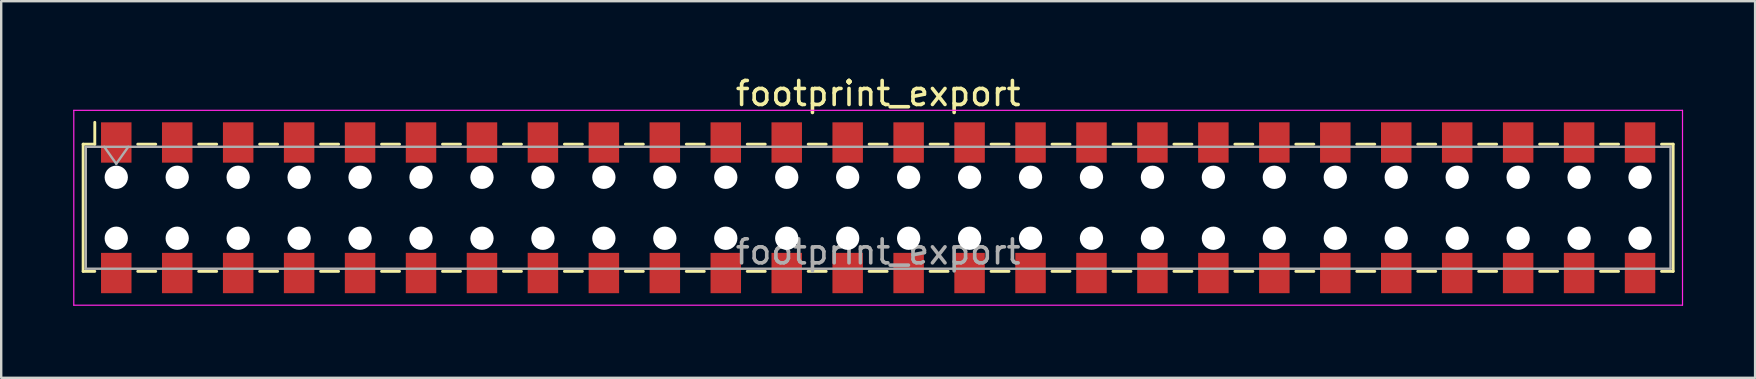
<source format=kicad_pcb>
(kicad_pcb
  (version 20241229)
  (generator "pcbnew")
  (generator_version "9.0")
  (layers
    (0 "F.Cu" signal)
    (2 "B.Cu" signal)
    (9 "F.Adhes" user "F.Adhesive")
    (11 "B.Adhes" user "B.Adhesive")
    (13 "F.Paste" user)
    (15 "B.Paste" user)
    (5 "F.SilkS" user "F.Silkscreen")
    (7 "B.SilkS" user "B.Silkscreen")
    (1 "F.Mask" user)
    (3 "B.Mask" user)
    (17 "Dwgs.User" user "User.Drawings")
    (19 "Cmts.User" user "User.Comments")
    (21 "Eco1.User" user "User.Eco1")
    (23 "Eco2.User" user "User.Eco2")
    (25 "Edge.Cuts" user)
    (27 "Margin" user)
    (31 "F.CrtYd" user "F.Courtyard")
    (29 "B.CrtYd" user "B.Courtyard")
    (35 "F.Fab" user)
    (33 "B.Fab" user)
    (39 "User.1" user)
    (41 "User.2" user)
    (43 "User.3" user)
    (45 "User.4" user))
  (footprint "footprint_export"
    (layer "F.Cu")
    (at 33.545 5.608)
    (property "Reference" "footprint_export" (at 0 -4.76 0) (layer "F.SilkS") (effects (font (size 1 1) (thickness 0.15))))
    (attr smd)
    (fp_line (start -33.13 -2.65) (end -33.13 2.65) (stroke (width 0.12) (type solid)) (layer "F.SilkS"))
    (fp_line (start -33.13 2.65) (end -32.645 2.65) (stroke (width 0.12) (type solid)) (layer "F.SilkS"))
    (fp_line (start -32.645 -3.56) (end -32.645 -2.65) (stroke (width 0.12) (type solid)) (layer "F.SilkS"))
    (fp_line (start -32.645 -2.65) (end -33.13 -2.65) (stroke (width 0.12) (type solid)) (layer "F.SilkS"))
    (fp_line (start -30.855 -2.65) (end -30.105 -2.65) (stroke (width 0.12) (type solid)) (layer "F.SilkS"))
    (fp_line (start -30.855 2.65) (end -30.105 2.65) (stroke (width 0.12) (type solid)) (layer "F.SilkS"))
    (fp_line (start -28.315 -2.65) (end -27.565 -2.65) (stroke (width 0.12) (type solid)) (layer "F.SilkS"))
    (fp_line (start -28.315 2.65) (end -27.565 2.65) (stroke (width 0.12) (type solid)) (layer "F.SilkS"))
    (fp_line (start -25.775 -2.65) (end -25.025 -2.65) (stroke (width 0.12) (type solid)) (layer "F.SilkS"))
    (fp_line (start -25.775 2.65) (end -25.025 2.65) (stroke (width 0.12) (type solid)) (layer "F.SilkS"))
    (fp_line (start -23.235 -2.65) (end -22.485 -2.65) (stroke (width 0.12) (type solid)) (layer "F.SilkS"))
    (fp_line (start -23.235 2.65) (end -22.485 2.65) (stroke (width 0.12) (type solid)) (layer "F.SilkS"))
    (fp_line (start -20.695 -2.65) (end -19.945 -2.65) (stroke (width 0.12) (type solid)) (layer "F.SilkS"))
    (fp_line (start -20.695 2.65) (end -19.945 2.65) (stroke (width 0.12) (type solid)) (layer "F.SilkS"))
    (fp_line (start -18.155 -2.65) (end -17.405 -2.65) (stroke (width 0.12) (type solid)) (layer "F.SilkS"))
    (fp_line (start -18.155 2.65) (end -17.405 2.65) (stroke (width 0.12) (type solid)) (layer "F.SilkS"))
    (fp_line (start -15.615 -2.65) (end -14.865 -2.65) (stroke (width 0.12) (type solid)) (layer "F.SilkS"))
    (fp_line (start -15.615 2.65) (end -14.865 2.65) (stroke (width 0.12) (type solid)) (layer "F.SilkS"))
    (fp_line (start -13.075 -2.65) (end -12.325 -2.65) (stroke (width 0.12) (type solid)) (layer "F.SilkS"))
    (fp_line (start -13.075 2.65) (end -12.325 2.65) (stroke (width 0.12) (type solid)) (layer "F.SilkS"))
    (fp_line (start -10.535 -2.65) (end -9.785 -2.65) (stroke (width 0.12) (type solid)) (layer "F.SilkS"))
    (fp_line (start -10.535 2.65) (end -9.785 2.65) (stroke (width 0.12) (type solid)) (layer "F.SilkS"))
    (fp_line (start -7.995 -2.65) (end -7.245 -2.65) (stroke (width 0.12) (type solid)) (layer "F.SilkS"))
    (fp_line (start -7.995 2.65) (end -7.245 2.65) (stroke (width 0.12) (type solid)) (layer "F.SilkS"))
    (fp_line (start -5.455 -2.65) (end -4.705 -2.65) (stroke (width 0.12) (type solid)) (layer "F.SilkS"))
    (fp_line (start -5.455 2.65) (end -4.705 2.65) (stroke (width 0.12) (type solid)) (layer "F.SilkS"))
    (fp_line (start -2.915 -2.65) (end -2.165 -2.65) (stroke (width 0.12) (type solid)) (layer "F.SilkS"))
    (fp_line (start -2.915 2.65) (end -2.165 2.65) (stroke (width 0.12) (type solid)) (layer "F.SilkS"))
    (fp_line (start -0.375 -2.65) (end 0.375 -2.65) (stroke (width 0.12) (type solid)) (layer "F.SilkS"))
    (fp_line (start -0.375 2.65) (end 0.375 2.65) (stroke (width 0.12) (type solid)) (layer "F.SilkS"))
    (fp_line (start 2.165 -2.65) (end 2.915 -2.65) (stroke (width 0.12) (type solid)) (layer "F.SilkS"))
    (fp_line (start 2.165 2.65) (end 2.915 2.65) (stroke (width 0.12) (type solid)) (layer "F.SilkS"))
    (fp_line (start 4.705 -2.65) (end 5.455 -2.65) (stroke (width 0.12) (type solid)) (layer "F.SilkS"))
    (fp_line (start 4.705 2.65) (end 5.455 2.65) (stroke (width 0.12) (type solid)) (layer "F.SilkS"))
    (fp_line (start 7.245 -2.65) (end 7.995 -2.65) (stroke (width 0.12) (type solid)) (layer "F.SilkS"))
    (fp_line (start 7.245 2.65) (end 7.995 2.65) (stroke (width 0.12) (type solid)) (layer "F.SilkS"))
    (fp_line (start 9.785 -2.65) (end 10.535 -2.65) (stroke (width 0.12) (type solid)) (layer "F.SilkS"))
    (fp_line (start 9.785 2.65) (end 10.535 2.65) (stroke (width 0.12) (type solid)) (layer "F.SilkS"))
    (fp_line (start 12.325 -2.65) (end 13.075 -2.65) (stroke (width 0.12) (type solid)) (layer "F.SilkS"))
    (fp_line (start 12.325 2.65) (end 13.075 2.65) (stroke (width 0.12) (type solid)) (layer "F.SilkS"))
    (fp_line (start 14.865 -2.65) (end 15.615 -2.65) (stroke (width 0.12) (type solid)) (layer "F.SilkS"))
    (fp_line (start 14.865 2.65) (end 15.615 2.65) (stroke (width 0.12) (type solid)) (layer "F.SilkS"))
    (fp_line (start 17.405 -2.65) (end 18.155 -2.65) (stroke (width 0.12) (type solid)) (layer "F.SilkS"))
    (fp_line (start 17.405 2.65) (end 18.155 2.65) (stroke (width 0.12) (type solid)) (layer "F.SilkS"))
    (fp_line (start 19.945 -2.65) (end 20.695 -2.65) (stroke (width 0.12) (type solid)) (layer "F.SilkS"))
    (fp_line (start 19.945 2.65) (end 20.695 2.65) (stroke (width 0.12) (type solid)) (layer "F.SilkS"))
    (fp_line (start 22.485 -2.65) (end 23.235 -2.65) (stroke (width 0.12) (type solid)) (layer "F.SilkS"))
    (fp_line (start 22.485 2.65) (end 23.235 2.65) (stroke (width 0.12) (type solid)) (layer "F.SilkS"))
    (fp_line (start 25.025 -2.65) (end 25.775 -2.65) (stroke (width 0.12) (type solid)) (layer "F.SilkS"))
    (fp_line (start 25.025 2.65) (end 25.775 2.65) (stroke (width 0.12) (type solid)) (layer "F.SilkS"))
    (fp_line (start 27.565 -2.65) (end 28.315 -2.65) (stroke (width 0.12) (type solid)) (layer "F.SilkS"))
    (fp_line (start 27.565 2.65) (end 28.315 2.65) (stroke (width 0.12) (type solid)) (layer "F.SilkS"))
    (fp_line (start 30.105 -2.65) (end 30.855 -2.65) (stroke (width 0.12) (type solid)) (layer "F.SilkS"))
    (fp_line (start 30.105 2.65) (end 30.855 2.65) (stroke (width 0.12) (type solid)) (layer "F.SilkS"))
    (fp_line (start 32.645 -2.65) (end 33.13 -2.65) (stroke (width 0.12) (type solid)) (layer "F.SilkS"))
    (fp_line (start 33.13 -2.65) (end 33.13 2.65) (stroke (width 0.12) (type solid)) (layer "F.SilkS"))
    (fp_line (start 33.13 2.65) (end 32.645 2.65) (stroke (width 0.12) (type solid)) (layer "F.SilkS"))
    (fp_line (start -33.52 -4.06) (end 33.52 -4.06) (stroke (width 0.05) (type solid)) (layer "F.CrtYd"))
    (fp_line (start -33.52 4.06) (end -33.52 -4.06) (stroke (width 0.05) (type solid)) (layer "F.CrtYd"))
    (fp_line (start 33.52 -4.06) (end 33.52 4.06) (stroke (width 0.05) (type solid)) (layer "F.CrtYd"))
    (fp_line (start 33.52 4.06) (end -33.52 4.06) (stroke (width 0.05) (type solid)) (layer "F.CrtYd"))
    (fp_line (start -33.02 -2.54) (end 33.02 -2.54) (stroke (width 0.1) (type solid)) (layer "F.Fab"))
    (fp_line (start -33.02 2.54) (end -33.02 -2.54) (stroke (width 0.1) (type solid)) (layer "F.Fab"))
    (fp_line (start -32.25 -2.54) (end -31.75 -1.833) (stroke (width 0.1) (type solid)) (layer "F.Fab"))
    (fp_line (start -31.75 -1.833) (end -31.25 -2.54) (stroke (width 0.1) (type solid)) (layer "F.Fab"))
    (fp_line (start 33.02 -2.54) (end 33.02 2.54) (stroke (width 0.1) (type solid)) (layer "F.Fab"))
    (fp_line (start 33.02 2.54) (end -33.02 2.54) (stroke (width 0.1) (type solid)) (layer "F.Fab"))
    (fp_text user "${REFERENCE}" (at 0 1.84 0) (layer "F.Fab") (effects (font (size 1 1) (thickness 0.15))))
    (pad "" np_thru_hole circle (at -31.75 -1.27) (size 0.97 0.97) (drill 0.97) (layers "*.Cu" "*.Mask"))
    (pad "" np_thru_hole circle (at -31.75 1.27) (size 0.97 0.97) (drill 0.97) (layers "*.Cu" "*.Mask"))
    (pad "" np_thru_hole circle (at -29.21 -1.27) (size 0.97 0.97) (drill 0.97) (layers "*.Cu" "*.Mask"))
    (pad "" np_thru_hole circle (at -29.21 1.27) (size 0.97 0.97) (drill 0.97) (layers "*.Cu" "*.Mask"))
    (pad "" np_thru_hole circle (at -26.67 -1.27) (size 0.97 0.97) (drill 0.97) (layers "*.Cu" "*.Mask"))
    (pad "" np_thru_hole circle (at -26.67 1.27) (size 0.97 0.97) (drill 0.97) (layers "*.Cu" "*.Mask"))
    (pad "" np_thru_hole circle (at -24.13 -1.27) (size 0.97 0.97) (drill 0.97) (layers "*.Cu" "*.Mask"))
    (pad "" np_thru_hole circle (at -24.13 1.27) (size 0.97 0.97) (drill 0.97) (layers "*.Cu" "*.Mask"))
    (pad "" np_thru_hole circle (at -21.59 -1.27) (size 0.97 0.97) (drill 0.97) (layers "*.Cu" "*.Mask"))
    (pad "" np_thru_hole circle (at -21.59 1.27) (size 0.97 0.97) (drill 0.97) (layers "*.Cu" "*.Mask"))
    (pad "" np_thru_hole circle (at -19.05 -1.27) (size 0.97 0.97) (drill 0.97) (layers "*.Cu" "*.Mask"))
    (pad "" np_thru_hole circle (at -19.05 1.27) (size 0.97 0.97) (drill 0.97) (layers "*.Cu" "*.Mask"))
    (pad "" np_thru_hole circle (at -16.51 -1.27) (size 0.97 0.97) (drill 0.97) (layers "*.Cu" "*.Mask"))
    (pad "" np_thru_hole circle (at -16.51 1.27) (size 0.97 0.97) (drill 0.97) (layers "*.Cu" "*.Mask"))
    (pad "" np_thru_hole circle (at -13.97 -1.27) (size 0.97 0.97) (drill 0.97) (layers "*.Cu" "*.Mask"))
    (pad "" np_thru_hole circle (at -13.97 1.27) (size 0.97 0.97) (drill 0.97) (layers "*.Cu" "*.Mask"))
    (pad "" np_thru_hole circle (at -11.43 -1.27) (size 0.97 0.97) (drill 0.97) (layers "*.Cu" "*.Mask"))
    (pad "" np_thru_hole circle (at -11.43 1.27) (size 0.97 0.97) (drill 0.97) (layers "*.Cu" "*.Mask"))
    (pad "" np_thru_hole circle (at -8.89 -1.27) (size 0.97 0.97) (drill 0.97) (layers "*.Cu" "*.Mask"))
    (pad "" np_thru_hole circle (at -8.89 1.27) (size 0.97 0.97) (drill 0.97) (layers "*.Cu" "*.Mask"))
    (pad "" np_thru_hole circle (at -6.35 -1.27) (size 0.97 0.97) (drill 0.97) (layers "*.Cu" "*.Mask"))
    (pad "" np_thru_hole circle (at -6.35 1.27) (size 0.97 0.97) (drill 0.97) (layers "*.Cu" "*.Mask"))
    (pad "" np_thru_hole circle (at -3.81 -1.27) (size 0.97 0.97) (drill 0.97) (layers "*.Cu" "*.Mask"))
    (pad "" np_thru_hole circle (at -3.81 1.27) (size 0.97 0.97) (drill 0.97) (layers "*.Cu" "*.Mask"))
    (pad "" np_thru_hole circle (at -1.27 -1.27) (size 0.97 0.97) (drill 0.97) (layers "*.Cu" "*.Mask"))
    (pad "" np_thru_hole circle (at -1.27 1.27) (size 0.97 0.97) (drill 0.97) (layers "*.Cu" "*.Mask"))
    (pad "" np_thru_hole circle (at 1.27 -1.27) (size 0.97 0.97) (drill 0.97) (layers "*.Cu" "*.Mask"))
    (pad "" np_thru_hole circle (at 1.27 1.27) (size 0.97 0.97) (drill 0.97) (layers "*.Cu" "*.Mask"))
    (pad "" np_thru_hole circle (at 3.81 -1.27) (size 0.97 0.97) (drill 0.97) (layers "*.Cu" "*.Mask"))
    (pad "" np_thru_hole circle (at 3.81 1.27) (size 0.97 0.97) (drill 0.97) (layers "*.Cu" "*.Mask"))
    (pad "" np_thru_hole circle (at 6.35 -1.27) (size 0.97 0.97) (drill 0.97) (layers "*.Cu" "*.Mask"))
    (pad "" np_thru_hole circle (at 6.35 1.27) (size 0.97 0.97) (drill 0.97) (layers "*.Cu" "*.Mask"))
    (pad "" np_thru_hole circle (at 8.89 -1.27) (size 0.97 0.97) (drill 0.97) (layers "*.Cu" "*.Mask"))
    (pad "" np_thru_hole circle (at 8.89 1.27) (size 0.97 0.97) (drill 0.97) (layers "*.Cu" "*.Mask"))
    (pad "" np_thru_hole circle (at 11.43 -1.27) (size 0.97 0.97) (drill 0.97) (layers "*.Cu" "*.Mask"))
    (pad "" np_thru_hole circle (at 11.43 1.27) (size 0.97 0.97) (drill 0.97) (layers "*.Cu" "*.Mask"))
    (pad "" np_thru_hole circle (at 13.97 -1.27) (size 0.97 0.97) (drill 0.97) (layers "*.Cu" "*.Mask"))
    (pad "" np_thru_hole circle (at 13.97 1.27) (size 0.97 0.97) (drill 0.97) (layers "*.Cu" "*.Mask"))
    (pad "" np_thru_hole circle (at 16.51 -1.27) (size 0.97 0.97) (drill 0.97) (layers "*.Cu" "*.Mask"))
    (pad "" np_thru_hole circle (at 16.51 1.27) (size 0.97 0.97) (drill 0.97) (layers "*.Cu" "*.Mask"))
    (pad "" np_thru_hole circle (at 19.05 -1.27) (size 0.97 0.97) (drill 0.97) (layers "*.Cu" "*.Mask"))
    (pad "" np_thru_hole circle (at 19.05 1.27) (size 0.97 0.97) (drill 0.97) (layers "*.Cu" "*.Mask"))
    (pad "" np_thru_hole circle (at 21.59 -1.27) (size 0.97 0.97) (drill 0.97) (layers "*.Cu" "*.Mask"))
    (pad "" np_thru_hole circle (at 21.59 1.27) (size 0.97 0.97) (drill 0.97) (layers "*.Cu" "*.Mask"))
    (pad "" np_thru_hole circle (at 24.13 -1.27) (size 0.97 0.97) (drill 0.97) (layers "*.Cu" "*.Mask"))
    (pad "" np_thru_hole circle (at 24.13 1.27) (size 0.97 0.97) (drill 0.97) (layers "*.Cu" "*.Mask"))
    (pad "" np_thru_hole circle (at 26.67 -1.27) (size 0.97 0.97) (drill 0.97) (layers "*.Cu" "*.Mask"))
    (pad "" np_thru_hole circle (at 26.67 1.27) (size 0.97 0.97) (drill 0.97) (layers "*.Cu" "*.Mask"))
    (pad "" np_thru_hole circle (at 29.21 -1.27) (size 0.97 0.97) (drill 0.97) (layers "*.Cu" "*.Mask"))
    (pad "" np_thru_hole circle (at 29.21 1.27) (size 0.97 0.97) (drill 0.97) (layers "*.Cu" "*.Mask"))
    (pad "" np_thru_hole circle (at 31.75 -1.27) (size 0.97 0.97) (drill 0.97) (layers "*.Cu" "*.Mask"))
    (pad "" np_thru_hole circle (at 31.75 1.27) (size 0.97 0.97) (drill 0.97) (layers "*.Cu" "*.Mask"))
    (pad "1" smd rect (at -31.75 -2.72) (size 1.27 1.68) (layers "F.Cu" "F.Mask" "F.Paste"))
    (pad "2" smd rect (at -31.75 2.72) (size 1.27 1.68) (layers "F.Cu" "F.Mask" "F.Paste"))
    (pad "3" smd rect (at -29.21 -2.72) (size 1.27 1.68) (layers "F.Cu" "F.Mask" "F.Paste"))
    (pad "4" smd rect (at -29.21 2.72) (size 1.27 1.68) (layers "F.Cu" "F.Mask" "F.Paste"))
    (pad "5" smd rect (at -26.67 -2.72) (size 1.27 1.68) (layers "F.Cu" "F.Mask" "F.Paste"))
    (pad "6" smd rect (at -26.67 2.72) (size 1.27 1.68) (layers "F.Cu" "F.Mask" "F.Paste"))
    (pad "7" smd rect (at -24.13 -2.72) (size 1.27 1.68) (layers "F.Cu" "F.Mask" "F.Paste"))
    (pad "8" smd rect (at -24.13 2.72) (size 1.27 1.68) (layers "F.Cu" "F.Mask" "F.Paste"))
    (pad "9" smd rect (at -21.59 -2.72) (size 1.27 1.68) (layers "F.Cu" "F.Mask" "F.Paste"))
    (pad "10" smd rect (at -21.59 2.72) (size 1.27 1.68) (layers "F.Cu" "F.Mask" "F.Paste"))
    (pad "11" smd rect (at -19.05 -2.72) (size 1.27 1.68) (layers "F.Cu" "F.Mask" "F.Paste"))
    (pad "12" smd rect (at -19.05 2.72) (size 1.27 1.68) (layers "F.Cu" "F.Mask" "F.Paste"))
    (pad "13" smd rect (at -16.51 -2.72) (size 1.27 1.68) (layers "F.Cu" "F.Mask" "F.Paste"))
    (pad "14" smd rect (at -16.51 2.72) (size 1.27 1.68) (layers "F.Cu" "F.Mask" "F.Paste"))
    (pad "15" smd rect (at -13.97 -2.72) (size 1.27 1.68) (layers "F.Cu" "F.Mask" "F.Paste"))
    (pad "16" smd rect (at -13.97 2.72) (size 1.27 1.68) (layers "F.Cu" "F.Mask" "F.Paste"))
    (pad "17" smd rect (at -11.43 -2.72) (size 1.27 1.68) (layers "F.Cu" "F.Mask" "F.Paste"))
    (pad "18" smd rect (at -11.43 2.72) (size 1.27 1.68) (layers "F.Cu" "F.Mask" "F.Paste"))
    (pad "19" smd rect (at -8.89 -2.72) (size 1.27 1.68) (layers "F.Cu" "F.Mask" "F.Paste"))
    (pad "20" smd rect (at -8.89 2.72) (size 1.27 1.68) (layers "F.Cu" "F.Mask" "F.Paste"))
    (pad "21" smd rect (at -6.35 -2.72) (size 1.27 1.68) (layers "F.Cu" "F.Mask" "F.Paste"))
    (pad "22" smd rect (at -6.35 2.72) (size 1.27 1.68) (layers "F.Cu" "F.Mask" "F.Paste"))
    (pad "23" smd rect (at -3.81 -2.72) (size 1.27 1.68) (layers "F.Cu" "F.Mask" "F.Paste"))
    (pad "24" smd rect (at -3.81 2.72) (size 1.27 1.68) (layers "F.Cu" "F.Mask" "F.Paste"))
    (pad "25" smd rect (at -1.27 -2.72) (size 1.27 1.68) (layers "F.Cu" "F.Mask" "F.Paste"))
    (pad "26" smd rect (at -1.27 2.72) (size 1.27 1.68) (layers "F.Cu" "F.Mask" "F.Paste"))
    (pad "27" smd rect (at 1.27 -2.72) (size 1.27 1.68) (layers "F.Cu" "F.Mask" "F.Paste"))
    (pad "28" smd rect (at 1.27 2.72) (size 1.27 1.68) (layers "F.Cu" "F.Mask" "F.Paste"))
    (pad "29" smd rect (at 3.81 -2.72) (size 1.27 1.68) (layers "F.Cu" "F.Mask" "F.Paste"))
    (pad "30" smd rect (at 3.81 2.72) (size 1.27 1.68) (layers "F.Cu" "F.Mask" "F.Paste"))
    (pad "31" smd rect (at 6.35 -2.72) (size 1.27 1.68) (layers "F.Cu" "F.Mask" "F.Paste"))
    (pad "32" smd rect (at 6.35 2.72) (size 1.27 1.68) (layers "F.Cu" "F.Mask" "F.Paste"))
    (pad "33" smd rect (at 8.89 -2.72) (size 1.27 1.68) (layers "F.Cu" "F.Mask" "F.Paste"))
    (pad "34" smd rect (at 8.89 2.72) (size 1.27 1.68) (layers "F.Cu" "F.Mask" "F.Paste"))
    (pad "35" smd rect (at 11.43 -2.72) (size 1.27 1.68) (layers "F.Cu" "F.Mask" "F.Paste"))
    (pad "36" smd rect (at 11.43 2.72) (size 1.27 1.68) (layers "F.Cu" "F.Mask" "F.Paste"))
    (pad "37" smd rect (at 13.97 -2.72) (size 1.27 1.68) (layers "F.Cu" "F.Mask" "F.Paste"))
    (pad "38" smd rect (at 13.97 2.72) (size 1.27 1.68) (layers "F.Cu" "F.Mask" "F.Paste"))
    (pad "39" smd rect (at 16.51 -2.72) (size 1.27 1.68) (layers "F.Cu" "F.Mask" "F.Paste"))
    (pad "40" smd rect (at 16.51 2.72) (size 1.27 1.68) (layers "F.Cu" "F.Mask" "F.Paste"))
    (pad "41" smd rect (at 19.05 -2.72) (size 1.27 1.68) (layers "F.Cu" "F.Mask" "F.Paste"))
    (pad "42" smd rect (at 19.05 2.72) (size 1.27 1.68) (layers "F.Cu" "F.Mask" "F.Paste"))
    (pad "43" smd rect (at 21.59 -2.72) (size 1.27 1.68) (layers "F.Cu" "F.Mask" "F.Paste"))
    (pad "44" smd rect (at 21.59 2.72) (size 1.27 1.68) (layers "F.Cu" "F.Mask" "F.Paste"))
    (pad "45" smd rect (at 24.13 -2.72) (size 1.27 1.68) (layers "F.Cu" "F.Mask" "F.Paste"))
    (pad "46" smd rect (at 24.13 2.72) (size 1.27 1.68) (layers "F.Cu" "F.Mask" "F.Paste"))
    (pad "47" smd rect (at 26.67 -2.72) (size 1.27 1.68) (layers "F.Cu" "F.Mask" "F.Paste"))
    (pad "48" smd rect (at 26.67 2.72) (size 1.27 1.68) (layers "F.Cu" "F.Mask" "F.Paste"))
    (pad "49" smd rect (at 29.21 -2.72) (size 1.27 1.68) (layers "F.Cu" "F.Mask" "F.Paste"))
    (pad "50" smd rect (at 29.21 2.72) (size 1.27 1.68) (layers "F.Cu" "F.Mask" "F.Paste"))
    (pad "51" smd rect (at 31.75 -2.72) (size 1.27 1.68) (layers "F.Cu" "F.Mask" "F.Paste"))
    (pad "52" smd rect (at 31.75 2.72) (size 1.27 1.68) (layers "F.Cu" "F.Mask" "F.Paste")))
  (gr_rect
    (start -3 -3)
    (end 70.09 12.693)
    (stroke (width 0.1) (type default))
    (fill no)
    (layer "Edge.Cuts")))
</source>
